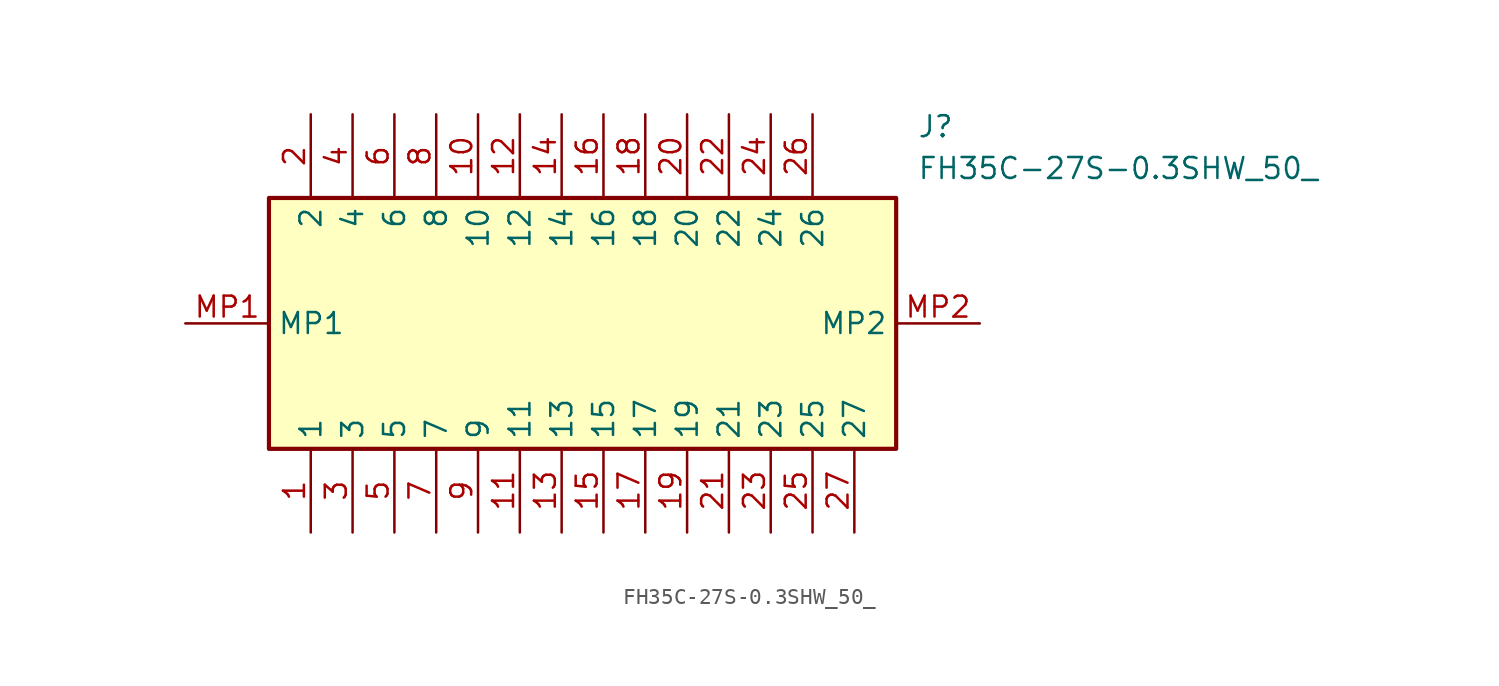
<source format=kicad_sym>
(kicad_symbol_lib
  (version 20211014)
  (generator SamacSys_ECAD_Model)
  (symbol "FH35C-27S-0.3SHW_50_"
    (property "Reference" "J"
      (at 44.45 12.7 0)
      (effects (font (size 1.27 1.27)) (justify left top)))
    (property "Value" "FH35C-27S-0.3SHW_50_"
      (at 44.45 10.16 0)
      (effects (font (size 1.27 1.27)) (justify left top)))
    (rectangle
      (start 5.08 7.62)
      (end 43.18 -7.62)
      (stroke (width 0.254) (type default))
      (fill (type background)))
    (pin passive line
      (at 7.62 -12.7 90)
      (length 5.08)
      (name "1" (effects (font (size 1.27 1.27))))
      (number "1" (effects (font (size 1.27 1.27)))))
    (pin passive line
      (at 7.62 12.7 270)
      (length 5.08)
      (name "2" (effects (font (size 1.27 1.27))))
      (number "2" (effects (font (size 1.27 1.27)))))
    (pin passive line
      (at 10.16 -12.7 90)
      (length 5.08)
      (name "3" (effects (font (size 1.27 1.27))))
      (number "3" (effects (font (size 1.27 1.27)))))
    (pin passive line
      (at 10.16 12.7 270)
      (length 5.08)
      (name "4" (effects (font (size 1.27 1.27))))
      (number "4" (effects (font (size 1.27 1.27)))))
    (pin passive line
      (at 12.7 -12.7 90)
      (length 5.08)
      (name "5" (effects (font (size 1.27 1.27))))
      (number "5" (effects (font (size 1.27 1.27)))))
    (pin passive line
      (at 12.7 12.7 270)
      (length 5.08)
      (name "6" (effects (font (size 1.27 1.27))))
      (number "6" (effects (font (size 1.27 1.27)))))
    (pin passive line
      (at 15.24 -12.7 90)
      (length 5.08)
      (name "7" (effects (font (size 1.27 1.27))))
      (number "7" (effects (font (size 1.27 1.27)))))
    (pin passive line
      (at 15.24 12.7 270)
      (length 5.08)
      (name "8" (effects (font (size 1.27 1.27))))
      (number "8" (effects (font (size 1.27 1.27)))))
    (pin passive line
      (at 17.78 -12.7 90)
      (length 5.08)
      (name "9" (effects (font (size 1.27 1.27))))
      (number "9" (effects (font (size 1.27 1.27)))))
    (pin passive line
      (at 17.78 12.7 270)
      (length 5.08)
      (name "10" (effects (font (size 1.27 1.27))))
      (number "10" (effects (font (size 1.27 1.27)))))
    (pin passive line
      (at 20.32 -12.7 90)
      (length 5.08)
      (name "11" (effects (font (size 1.27 1.27))))
      (number "11" (effects (font (size 1.27 1.27)))))
    (pin passive line
      (at 20.32 12.7 270)
      (length 5.08)
      (name "12" (effects (font (size 1.27 1.27))))
      (number "12" (effects (font (size 1.27 1.27)))))
    (pin passive line
      (at 22.86 -12.7 90)
      (length 5.08)
      (name "13" (effects (font (size 1.27 1.27))))
      (number "13" (effects (font (size 1.27 1.27)))))
    (pin passive line
      (at 22.86 12.7 270)
      (length 5.08)
      (name "14" (effects (font (size 1.27 1.27))))
      (number "14" (effects (font (size 1.27 1.27)))))
    (pin passive line
      (at 25.4 -12.7 90)
      (length 5.08)
      (name "15" (effects (font (size 1.27 1.27))))
      (number "15" (effects (font (size 1.27 1.27)))))
    (pin passive line
      (at 25.4 12.7 270)
      (length 5.08)
      (name "16" (effects (font (size 1.27 1.27))))
      (number "16" (effects (font (size 1.27 1.27)))))
    (pin passive line
      (at 27.94 -12.7 90)
      (length 5.08)
      (name "17" (effects (font (size 1.27 1.27))))
      (number "17" (effects (font (size 1.27 1.27)))))
    (pin passive line
      (at 27.94 12.7 270)
      (length 5.08)
      (name "18" (effects (font (size 1.27 1.27))))
      (number "18" (effects (font (size 1.27 1.27)))))
    (pin passive line
      (at 30.48 -12.7 90)
      (length 5.08)
      (name "19" (effects (font (size 1.27 1.27))))
      (number "19" (effects (font (size 1.27 1.27)))))
    (pin passive line
      (at 30.48 12.7 270)
      (length 5.08)
      (name "20" (effects (font (size 1.27 1.27))))
      (number "20" (effects (font (size 1.27 1.27)))))
    (pin passive line
      (at 33.02 -12.7 90)
      (length 5.08)
      (name "21" (effects (font (size 1.27 1.27))))
      (number "21" (effects (font (size 1.27 1.27)))))
    (pin passive line
      (at 33.02 12.7 270)
      (length 5.08)
      (name "22" (effects (font (size 1.27 1.27))))
      (number "22" (effects (font (size 1.27 1.27)))))
    (pin passive line
      (at 35.56 -12.7 90)
      (length 5.08)
      (name "23" (effects (font (size 1.27 1.27))))
      (number "23" (effects (font (size 1.27 1.27)))))
    (pin passive line
      (at 35.56 12.7 270)
      (length 5.08)
      (name "24" (effects (font (size 1.27 1.27))))
      (number "24" (effects (font (size 1.27 1.27)))))
    (pin passive line
      (at 38.1 -12.7 90)
      (length 5.08)
      (name "25" (effects (font (size 1.27 1.27))))
      (number "25" (effects (font (size 1.27 1.27)))))
    (pin passive line
      (at 38.1 12.7 270)
      (length 5.08)
      (name "26" (effects (font (size 1.27 1.27))))
      (number "26" (effects (font (size 1.27 1.27)))))
    (pin passive line
      (at 40.64 -12.7 90)
      (length 5.08)
      (name "27" (effects (font (size 1.27 1.27))))
      (number "27" (effects (font (size 1.27 1.27)))))
    (pin passive line
      (at 0 0 0)
      (length 5.08)
      (name "MP1" (effects (font (size 1.27 1.27))))
      (number "MP1" (effects (font (size 1.27 1.27)))))
    (pin passive line
      (at 48.26 0 180)
      (length 5.08)
      (name "MP2" (effects (font (size 1.27 1.27))))
      (number "MP2" (effects (font (size 1.27 1.27)))))))
</source>
